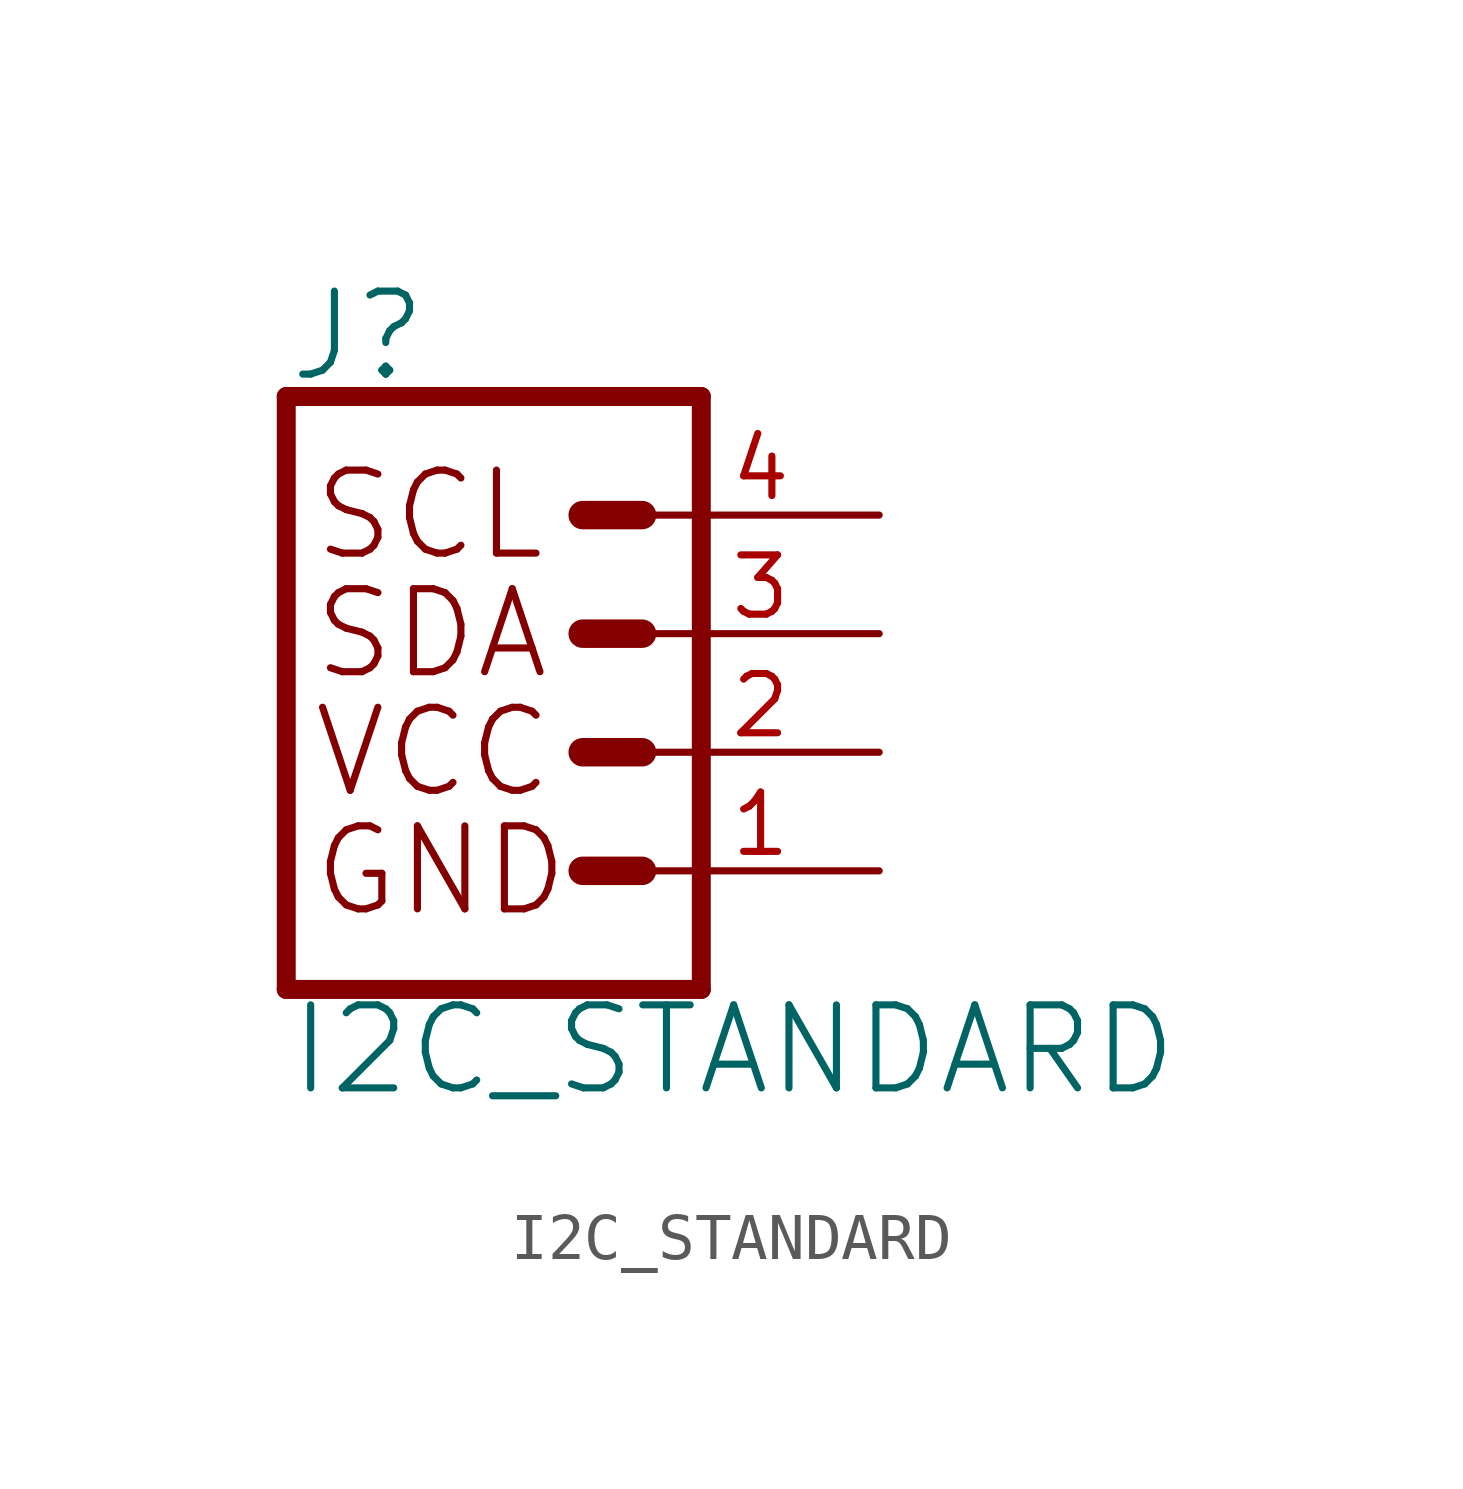
<source format=kicad_sym>
(kicad_symbol_lib
  (version 20211014)
  (generator kicad_symbol_editor)
  (symbol "I2C_STANDARD"
    (property "Reference" "J"
      (at -5.08 7.874 0)
      (effects (font (size 1.778 1.778)) (justify left bottom)))
    (property "Value" "I2C_STANDARD"
      (at -5.08 -5.334 0)
      (effects (font (size 1.778 1.778)) (justify left top)))
    (property "ki_locked" ""
      (at 0 0 0)
      (effects (font (size 1.27 1.27))))
    (symbol "I2C_STANDARD_1_0"
      (polyline (pts (xy -5.08 7.62) (xy -5.08 -5.08)) (stroke (width 0.406) (type default) (color 0 0 0 0)) (fill (type none)))
      (polyline (pts (xy -5.08 7.62) (xy 3.81 7.62)) (stroke (width 0.406) (type default) (color 0 0 0 0)) (fill (type none)))
      (polyline (pts (xy 1.27 -2.54) (xy 2.54 -2.54)) (stroke (width 0.61) (type default) (color 0 0 0 0)) (fill (type none)))
      (polyline (pts (xy 1.27 0) (xy 2.54 0)) (stroke (width 0.61) (type default) (color 0 0 0 0)) (fill (type none)))
      (polyline (pts (xy 1.27 2.54) (xy 2.54 2.54)) (stroke (width 0.61) (type default) (color 0 0 0 0)) (fill (type none)))
      (polyline (pts (xy 1.27 5.08) (xy 2.54 5.08)) (stroke (width 0.61) (type default) (color 0 0 0 0)) (fill (type none)))
      (polyline (pts (xy 3.81 -5.08) (xy -5.08 -5.08)) (stroke (width 0.406) (type default) (color 0 0 0 0)) (fill (type none)))
      (polyline (pts (xy 3.81 -5.08) (xy 3.81 7.62)) (stroke (width 0.406) (type default) (color 0 0 0 0)) (fill (type none)))
      (text "GND" (at -4.572 -2.54 0) (effects (font (size 1.778 1.778)) (justify left)))
      (text "SCL" (at -4.572 5.08 0) (effects (font (size 1.778 1.778)) (justify left)))
      (text "SDA" (at -4.572 2.54 0) (effects (font (size 1.778 1.778)) (justify left)))
      (text "VCC" (at -4.572 0 0) (effects (font (size 1.778 1.778)) (justify left)))
      (pin power_in line (at 7.62 -2.54 180) (length 5.08) (name "1" (effects (font (size 0 0)))) (number "1" (effects (font (size 1.27 1.27)))))
      (pin power_in line (at 7.62 0 180) (length 5.08) (name "2" (effects (font (size 0 0)))) (number "2" (effects (font (size 1.27 1.27)))))
      (pin passive line (at 7.62 2.54 180) (length 5.08) (name "3" (effects (font (size 0 0)))) (number "3" (effects (font (size 1.27 1.27)))))
      (pin passive line (at 7.62 5.08 180) (length 5.08) (name "4" (effects (font (size 0 0)))) (number "4" (effects (font (size 1.27 1.27))))))))
</source>
